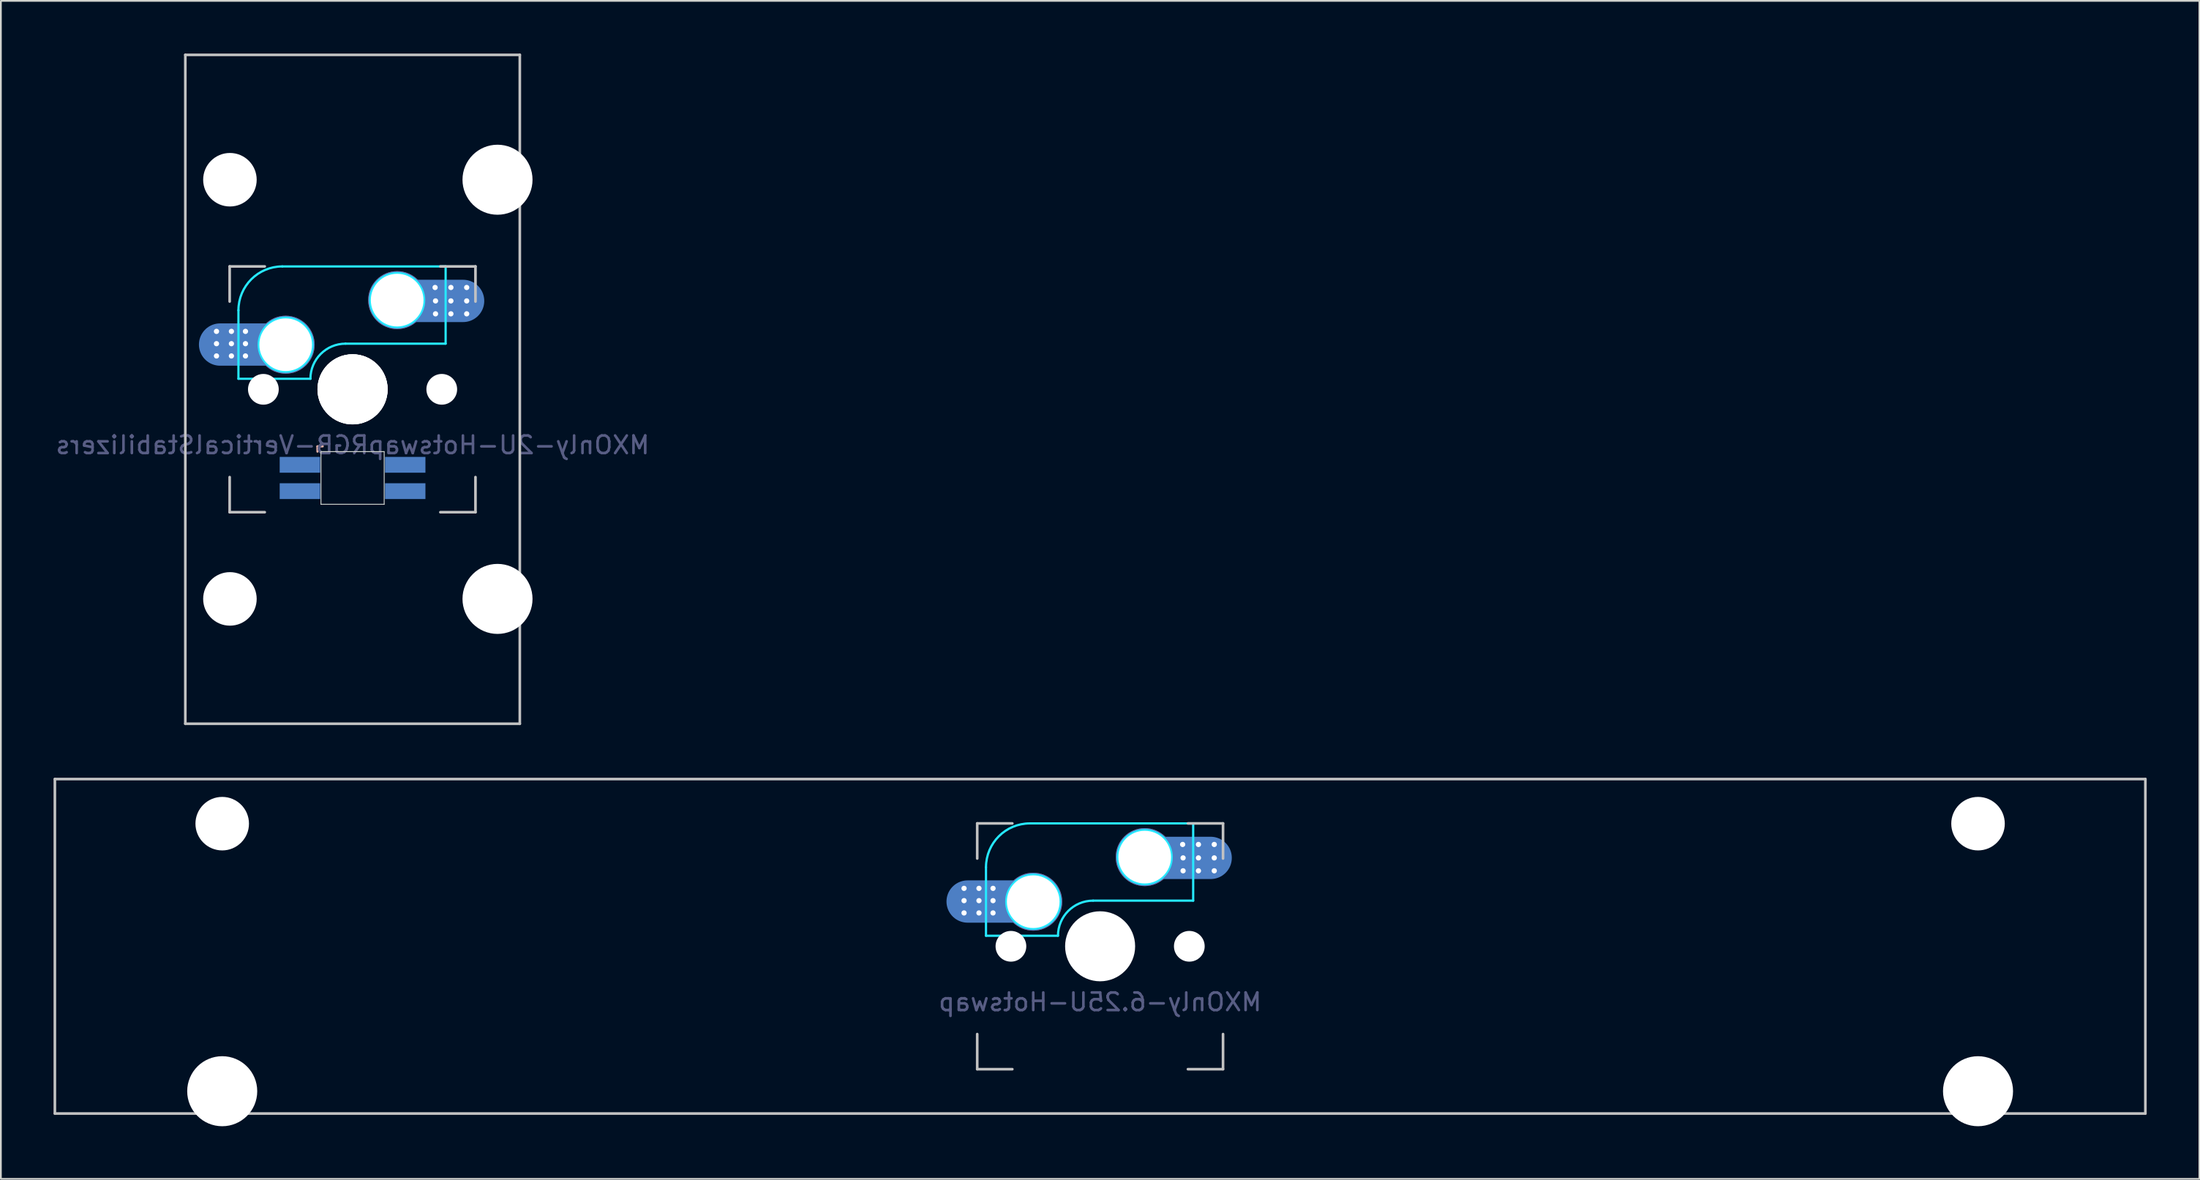
<source format=kicad_pcb>
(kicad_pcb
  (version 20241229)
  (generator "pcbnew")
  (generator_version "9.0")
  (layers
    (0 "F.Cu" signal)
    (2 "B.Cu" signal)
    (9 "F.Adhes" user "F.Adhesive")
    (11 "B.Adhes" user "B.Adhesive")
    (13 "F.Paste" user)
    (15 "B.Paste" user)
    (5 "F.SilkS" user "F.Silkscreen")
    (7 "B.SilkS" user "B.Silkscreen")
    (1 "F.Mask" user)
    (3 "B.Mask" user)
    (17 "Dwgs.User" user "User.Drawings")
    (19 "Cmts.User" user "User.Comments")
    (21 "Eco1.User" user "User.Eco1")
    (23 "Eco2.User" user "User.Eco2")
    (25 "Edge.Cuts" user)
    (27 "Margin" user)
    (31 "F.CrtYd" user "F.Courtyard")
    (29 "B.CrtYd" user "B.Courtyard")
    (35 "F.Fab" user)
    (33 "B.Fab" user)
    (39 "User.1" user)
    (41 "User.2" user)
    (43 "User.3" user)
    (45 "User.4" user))
  (footprint "MXOnly-6.25U-Hotswap"
    (layer "F.Cu")
    (at 59.606 50.85)
    (property "Reference" "MXOnly-6.25U-Hotswap" (at 0 3.175 0) (layer "B.Fab") (effects (font (size 1 1) (thickness 0.15)) (justify mirror)))
    (attr smd)
    (fp_line (start -59.531 -9.525) (end 59.531 -9.525) (stroke (width 0.15) (type solid)) (layer "Dwgs.User"))
    (fp_line (start -59.531 9.525) (end -59.531 -9.525) (stroke (width 0.15) (type solid)) (layer "Dwgs.User"))
    (fp_line (start -7 -7) (end -7 -5) (stroke (width 0.15) (type solid)) (layer "Dwgs.User"))
    (fp_line (start -7 5) (end -7 7) (stroke (width 0.15) (type solid)) (layer "Dwgs.User"))
    (fp_line (start -7 7) (end -5 7) (stroke (width 0.15) (type solid)) (layer "Dwgs.User"))
    (fp_line (start -5 -7) (end -7 -7) (stroke (width 0.15) (type solid)) (layer "Dwgs.User"))
    (fp_line (start 5 -7) (end 7 -7) (stroke (width 0.15) (type solid)) (layer "Dwgs.User"))
    (fp_line (start 5 7) (end 7 7) (stroke (width 0.15) (type solid)) (layer "Dwgs.User"))
    (fp_line (start 7 -5) (end 7 -7) (stroke (width 0.15) (type solid)) (layer "Dwgs.User"))
    (fp_line (start 7 7) (end 7 5) (stroke (width 0.15) (type solid)) (layer "Dwgs.User"))
    (fp_line (start 59.531 -9.525) (end 59.531 9.525) (stroke (width 0.15) (type solid)) (layer "Dwgs.User"))
    (fp_line (start 59.531 9.525) (end -59.531 9.525) (stroke (width 0.15) (type solid)) (layer "Dwgs.User"))
    (fp_line (start -6.5 -4.5) (end -6.5 -0.6) (stroke (width 0.127) (type solid)) (layer "B.CrtYd"))
    (fp_line (start -6.5 -0.6) (end -2.4 -0.6) (stroke (width 0.127) (type solid)) (layer "B.CrtYd"))
    (fp_line (start -0.4 -2.6) (end 5.3 -2.6) (stroke (width 0.127) (type solid)) (layer "B.CrtYd"))
    (fp_line (start 5.3 -7) (end -4 -7) (stroke (width 0.127) (type solid)) (layer "B.CrtYd"))
    (fp_line (start 5.3 -7) (end 5.3 -2.6) (stroke (width 0.127) (type solid)) (layer "B.CrtYd"))
    (fp_arc (start -6.5 -4.5) (mid -5.767767 -6.267767) (end -4 -7) (stroke (width 0.127) (type solid)) (layer "B.CrtYd"))
    (fp_arc (start -2.4 -0.6) (mid -1.814214 -2.014214) (end -0.4 -2.6) (stroke (width 0.127) (type solid)) (layer "B.CrtYd"))
    (fp_circle (center -3.81 -2.54) (end -2.286 -2.54) (stroke (width 0.15) (type solid)) (fill no) (layer "B.CrtYd"))
    (fp_circle (center 2.54 -5.08) (end 2.54 -6.604) (stroke (width 0.15) (type solid)) (fill no) (layer "B.CrtYd"))
    (pad "" np_thru_hole circle (at -50 -6.985) (size 3.048 3.048) (drill 3.048) (layers "*.Cu" "*.Mask"))
    (pad "" np_thru_hole circle (at -50 8.255) (size 3.988 3.988) (drill 3.988) (layers "*.Cu" "*.Mask"))
    (pad "" np_thru_hole circle (at -5.08 0 48.1) (size 1.75 1.75) (drill 1.75) (layers "*.Cu" "*.Mask"))
    (pad "" np_thru_hole circle (at 0 0) (size 3.988 3.988) (drill 3.988) (layers "*.Cu" "*.Mask"))
    (pad "" np_thru_hole circle (at 5.08 0 48.1) (size 1.75 1.75) (drill 1.75) (layers "*.Cu" "*.Mask"))
    (pad "" np_thru_hole circle (at 50 -6.985) (size 3.048 3.048) (drill 3.048) (layers "*.Cu" "*.Mask"))
    (pad "" np_thru_hole circle (at 50 8.255) (size 3.988 3.988) (drill 3.988) (layers "*.Cu" "*.Mask"))
    (pad "1" thru_hole circle (at 2.54 -5.08) (size 3.3 3.3) (drill 3) (layers "*.Cu" "B.Mask"))
    (pad "1" thru_hole circle (at 4.7 -5.8) (size 0.4 0.4) (drill 0.3) (layers "*.Cu" "B.Mask"))
    (pad "1" thru_hole circle (at 4.725 -5.035) (size 0.4 0.4) (drill 0.3) (layers "*.Cu" "B.Mask"))
    (pad "1" thru_hole circle (at 4.725 -4.3) (size 0.4 0.4) (drill 0.3) (layers "*.Cu" "B.Mask"))
    (pad "1" smd oval (at 4.75 -5.035) (size 5.5 2.41) (layers "B.Cu" "B.Mask" "B.Paste"))
    (pad "1" thru_hole circle (at 5.6 -5.8) (size 0.4 0.4) (drill 0.3) (layers "*.Cu" "B.Mask"))
    (pad "1" thru_hole circle (at 5.6 -5.035) (size 0.4 0.4) (drill 0.3) (layers "*.Cu" "B.Mask"))
    (pad "1" thru_hole circle (at 5.6 -4.3) (size 0.4 0.4) (drill 0.3) (layers "*.Cu" "B.Mask"))
    (pad "1" thru_hole circle (at 6.5 -5.8) (size 0.4 0.4) (drill 0.3) (layers "*.Cu" "B.Mask"))
    (pad "1" thru_hole circle (at 6.5 -5.035) (size 0.4 0.4) (drill 0.3) (layers "*.Cu" "B.Mask"))
    (pad "1" thru_hole circle (at 6.5 -4.3) (size 0.4 0.4) (drill 0.3) (layers "*.Cu" "B.Mask"))
    (pad "2" thru_hole circle (at -7.75 -3.3) (size 0.4 0.4) (drill 0.3) (layers "*.Cu" "B.Mask"))
    (pad "2" thru_hole circle (at -7.75 -2.6) (size 0.4 0.4) (drill 0.3) (layers "*.Cu" "B.Mask"))
    (pad "2" thru_hole circle (at -7.75 -1.9) (size 0.4 0.4) (drill 0.3) (layers "*.Cu" "B.Mask"))
    (pad "2" thru_hole circle (at -6.9 -3.3) (size 0.4 0.4) (drill 0.3) (layers "*.Cu" "B.Mask"))
    (pad "2" thru_hole circle (at -6.9 -2.6) (size 0.4 0.4) (drill 0.3) (layers "*.Cu" "B.Mask"))
    (pad "2" thru_hole circle (at -6.9 -1.9) (size 0.4 0.4) (drill 0.3) (layers "*.Cu" "B.Mask"))
    (pad "2" thru_hole circle (at -6.1 -3.3) (size 0.4 0.4) (drill 0.3) (layers "*.Cu" "B.Mask"))
    (pad "2" thru_hole circle (at -6.1 -2.6) (size 0.4 0.4) (drill 0.3) (layers "*.Cu" "B.Mask"))
    (pad "2" thru_hole circle (at -6.1 -1.9) (size 0.4 0.4) (drill 0.3) (layers "*.Cu" "B.Mask"))
    (pad "2" smd oval (at -6 -2.55) (size 5.5 2.41) (layers "B.Cu" "B.Mask" "B.Paste"))
    (pad "2" thru_hole circle (at -3.81 -2.54) (size 3.3 3.3) (drill 3) (layers "*.Cu" "B.Mask")))
  (footprint "MXOnly-2U-HotswapRGB-VerticalStabilizers"
    (layer "F.Cu")
    (at 17.03 19.125)
    (property "Reference" "MXOnly-2U-HotswapRGB-VerticalStabilizers" (at 0 3.175 0) (layer "B.Fab") (effects (font (size 1 1) (thickness 0.15)) (justify mirror)))
    (attr through_hole)
    (fp_line (start -2 3.25) (end -2 3.55) (stroke (width 0.12) (type solid)) (layer "B.SilkS"))
    (fp_line (start -1.7 3.25) (end -2 3.25) (stroke (width 0.12) (type solid)) (layer "B.SilkS"))
    (fp_line (start -9.525 -19.05) (end 9.525 -19.05) (stroke (width 0.15) (type solid)) (layer "Dwgs.User"))
    (fp_line (start -9.525 19.05) (end -9.525 -19.05) (stroke (width 0.15) (type solid)) (layer "Dwgs.User"))
    (fp_line (start -7 -7) (end -7 -5) (stroke (width 0.15) (type solid)) (layer "Dwgs.User"))
    (fp_line (start -7 5) (end -7 7) (stroke (width 0.15) (type solid)) (layer "Dwgs.User"))
    (fp_line (start -7 7) (end -5 7) (stroke (width 0.15) (type solid)) (layer "Dwgs.User"))
    (fp_line (start -5 -7) (end -7 -7) (stroke (width 0.15) (type solid)) (layer "Dwgs.User"))
    (fp_line (start 5 -7) (end 7 -7) (stroke (width 0.15) (type solid)) (layer "Dwgs.User"))
    (fp_line (start 5 7) (end 7 7) (stroke (width 0.15) (type solid)) (layer "Dwgs.User"))
    (fp_line (start 7 -5) (end 7 -7) (stroke (width 0.15) (type solid)) (layer "Dwgs.User"))
    (fp_line (start 7 7) (end 7 5) (stroke (width 0.15) (type solid)) (layer "Dwgs.User"))
    (fp_line (start 9.525 19.05) (end -9.525 19.05) (stroke (width 0.15) (type solid)) (layer "Dwgs.User"))
    (fp_line (start 9.525 19.05) (end 9.525 -19.05) (stroke (width 0.15) (type solid)) (layer "Dwgs.User"))
    (fp_line (start -1.8 3.55) (end -1.8 6.55) (stroke (width 0.05) (type default)) (layer "Edge.Cuts"))
    (fp_line (start -1.8 3.55) (end 1.8 3.55) (stroke (width 0.05) (type solid)) (layer "Edge.Cuts"))
    (fp_line (start 1.8 3.55) (end 1.8 6.55) (stroke (width 0.05) (type default)) (layer "Edge.Cuts"))
    (fp_line (start 1.8 6.55) (end -1.8 6.55) (stroke (width 0.05) (type solid)) (layer "Edge.Cuts"))
    (fp_line (start -6.5 -4.5) (end -6.5 -0.6) (stroke (width 0.127) (type solid)) (layer "B.CrtYd"))
    (fp_line (start -6.5 -0.6) (end -2.4 -0.6) (stroke (width 0.127) (type solid)) (layer "B.CrtYd"))
    (fp_line (start -0.4 -2.6) (end 5.3 -2.6) (stroke (width 0.127) (type solid)) (layer "B.CrtYd"))
    (fp_line (start 5.3 -7) (end -4 -7) (stroke (width 0.127) (type solid)) (layer "B.CrtYd"))
    (fp_line (start 5.3 -7) (end 5.3 -2.6) (stroke (width 0.127) (type solid)) (layer "B.CrtYd"))
    (fp_arc (start -6.5 -4.5) (mid -5.767767 -6.267767) (end -4 -7) (stroke (width 0.127) (type solid)) (layer "B.CrtYd"))
    (fp_arc (start -2.4 -0.6) (mid -1.814214 -2.014214) (end -0.4 -2.6) (stroke (width 0.127) (type solid)) (layer "B.CrtYd"))
    (fp_circle (center -3.81 -2.54) (end -2.286 -2.54) (stroke (width 0.15) (type solid)) (fill no) (layer "B.CrtYd"))
    (fp_circle (center 2.54 -5.08) (end 2.54 -6.604) (stroke (width 0.15) (type solid)) (fill no) (layer "B.CrtYd"))
    (pad "" np_thru_hole circle (at -6.985 -11.938 180) (size 3.048 3.048) (drill 3.048) (layers "*.Cu" "*.Mask"))
    (pad "" np_thru_hole circle (at -6.985 11.938 90) (size 3.048 3.048) (drill 3.048) (layers "*.Cu" "*.Mask"))
    (pad "" np_thru_hole circle (at -5.08 0 48.1) (size 1.75 1.75) (drill 1.75) (layers "*.Cu" "*.Mask"))
    (pad "" np_thru_hole circle (at 0 0) (size 3.988 3.988) (drill 3.988) (layers "*.Cu" "*.Mask"))
    (pad "" np_thru_hole circle (at 0 0) (size 3.988 3.988) (drill 3.988) (layers "*.Cu" "*.Mask"))
    (pad "" np_thru_hole circle (at 0 0) (size 4 4) (drill 4) (layers "*.Cu" "*.Mask"))
    (pad "" np_thru_hole circle (at 5.08 0 48.1) (size 1.75 1.75) (drill 1.75) (layers "*.Cu" "*.Mask"))
    (pad "" np_thru_hole circle (at 8.255 -11.938 90) (size 3.988 3.988) (drill 3.988) (layers "*.Cu" "*.Mask"))
    (pad "" np_thru_hole circle (at 8.255 11.938 90) (size 3.988 3.988) (drill 3.988) (layers "*.Cu" "*.Mask"))
    (pad "1" thru_hole circle (at 2.54 -5.08) (size 3.3 3.3) (drill 3) (layers "*.Cu" "B.Mask"))
    (pad "1" thru_hole circle (at 4.7 -5.8) (size 0.4 0.4) (drill 0.3) (layers "*.Cu" "B.Mask"))
    (pad "1" thru_hole circle (at 4.725 -5.035) (size 0.4 0.4) (drill 0.3) (layers "*.Cu" "B.Mask"))
    (pad "1" thru_hole circle (at 4.725 -4.3) (size 0.4 0.4) (drill 0.3) (layers "*.Cu" "B.Mask"))
    (pad "1" smd oval (at 4.75 -5.035) (size 5.5 2.41) (layers "B.Cu" "B.Mask" "B.Paste"))
    (pad "1" thru_hole circle (at 5.6 -5.8) (size 0.4 0.4) (drill 0.3) (layers "*.Cu" "B.Mask"))
    (pad "1" thru_hole circle (at 5.6 -5.035) (size 0.4 0.4) (drill 0.3) (layers "*.Cu" "B.Mask"))
    (pad "1" thru_hole circle (at 5.6 -4.3) (size 0.4 0.4) (drill 0.3) (layers "*.Cu" "B.Mask"))
    (pad "1" thru_hole circle (at 6.5 -5.8) (size 0.4 0.4) (drill 0.3) (layers "*.Cu" "B.Mask"))
    (pad "1" thru_hole circle (at 6.5 -5.035) (size 0.4 0.4) (drill 0.3) (layers "*.Cu" "B.Mask"))
    (pad "1" thru_hole circle (at 6.5 -4.3) (size 0.4 0.4) (drill 0.3) (layers "*.Cu" "B.Mask"))
    (pad "2" thru_hole circle (at -7.75 -3.3) (size 0.4 0.4) (drill 0.3) (layers "*.Cu" "B.Mask"))
    (pad "2" thru_hole circle (at -7.75 -2.6) (size 0.4 0.4) (drill 0.3) (layers "*.Cu" "B.Mask"))
    (pad "2" thru_hole circle (at -7.75 -1.9) (size 0.4 0.4) (drill 0.3) (layers "*.Cu" "B.Mask"))
    (pad "2" thru_hole circle (at -6.9 -3.3) (size 0.4 0.4) (drill 0.3) (layers "*.Cu" "B.Mask"))
    (pad "2" thru_hole circle (at -6.9 -2.6) (size 0.4 0.4) (drill 0.3) (layers "*.Cu" "B.Mask"))
    (pad "2" thru_hole circle (at -6.9 -1.9) (size 0.4 0.4) (drill 0.3) (layers "*.Cu" "B.Mask"))
    (pad "2" thru_hole circle (at -6.1 -3.3) (size 0.4 0.4) (drill 0.3) (layers "*.Cu" "B.Mask"))
    (pad "2" thru_hole circle (at -6.1 -2.6) (size 0.4 0.4) (drill 0.3) (layers "*.Cu" "B.Mask"))
    (pad "2" thru_hole circle (at -6.1 -1.9) (size 0.4 0.4) (drill 0.3) (layers "*.Cu" "B.Mask"))
    (pad "2" smd oval (at -6 -2.55) (size 5.5 2.41) (layers "B.Cu" "B.Mask" "B.Paste"))
    (pad "2" thru_hole circle (at -3.81 -2.54) (size 3.3 3.3) (drill 3) (layers "*.Cu" "B.Mask"))
    (pad "3" smd rect (at -3 4.3) (size 2.3 0.9) (layers "B.Cu" "B.Mask" "B.Paste"))
    (pad "4" smd rect (at -3 5.8) (size 2.3 0.9) (layers "B.Cu" "B.Mask" "B.Paste"))
    (pad "5" smd rect (at 3 4.3) (size 2.3 0.9) (layers "B.Cu" "B.Mask" "B.Paste"))
    (pad "6" smd rect (at 3 5.8) (size 2.3 0.9) (layers "B.Cu" "B.Mask" "B.Paste")))
  (gr_rect
    (start -3 -3)
    (end 122.213 64.099)
    (stroke (width 0.1) (type default))
    (fill no)
    (layer "Edge.Cuts")))
</source>
